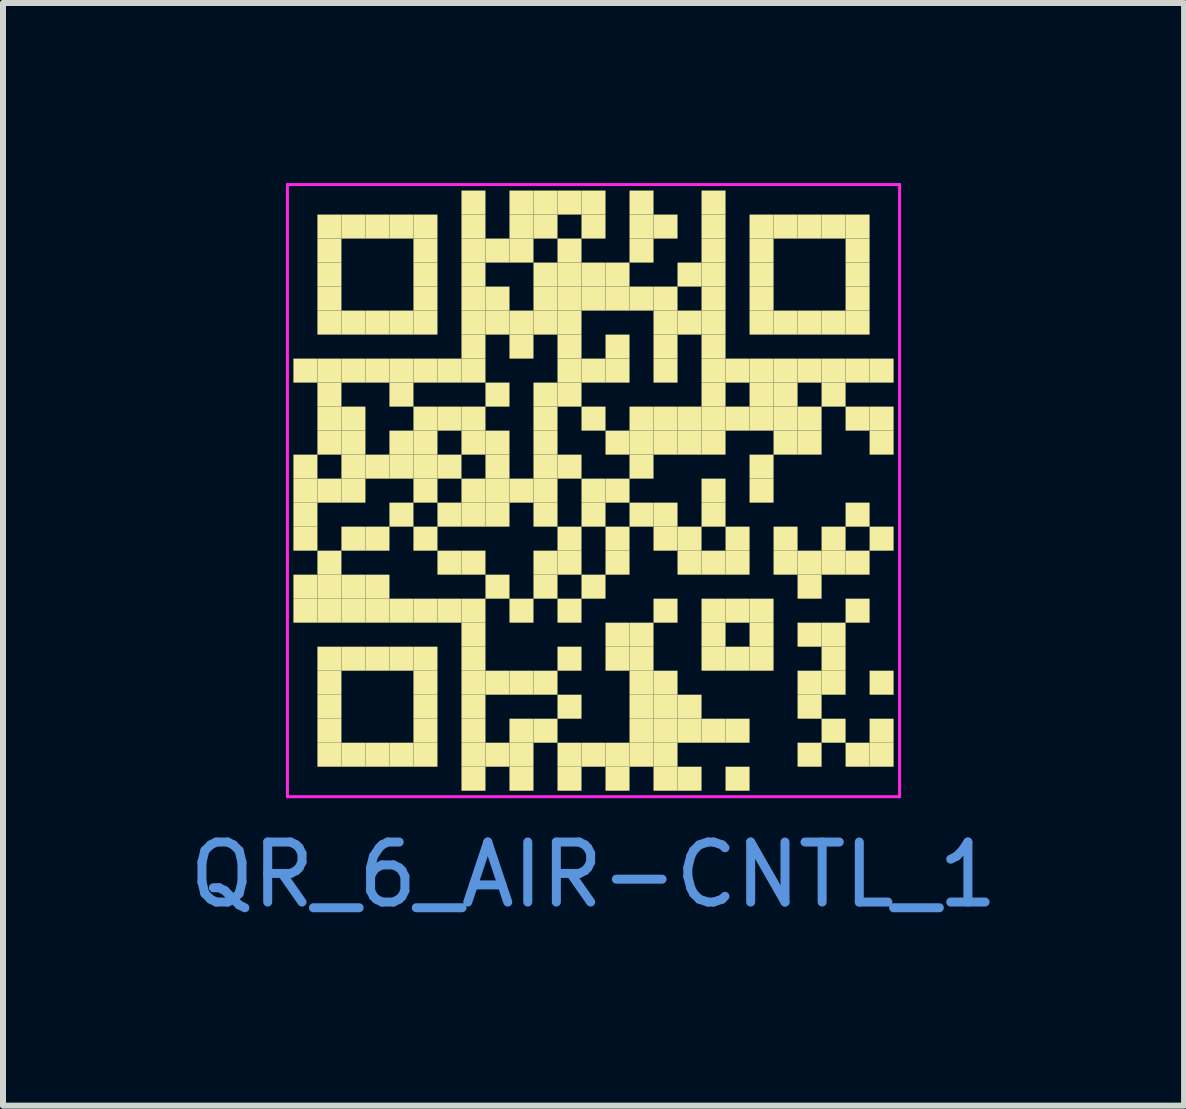
<source format=kicad_pcb>
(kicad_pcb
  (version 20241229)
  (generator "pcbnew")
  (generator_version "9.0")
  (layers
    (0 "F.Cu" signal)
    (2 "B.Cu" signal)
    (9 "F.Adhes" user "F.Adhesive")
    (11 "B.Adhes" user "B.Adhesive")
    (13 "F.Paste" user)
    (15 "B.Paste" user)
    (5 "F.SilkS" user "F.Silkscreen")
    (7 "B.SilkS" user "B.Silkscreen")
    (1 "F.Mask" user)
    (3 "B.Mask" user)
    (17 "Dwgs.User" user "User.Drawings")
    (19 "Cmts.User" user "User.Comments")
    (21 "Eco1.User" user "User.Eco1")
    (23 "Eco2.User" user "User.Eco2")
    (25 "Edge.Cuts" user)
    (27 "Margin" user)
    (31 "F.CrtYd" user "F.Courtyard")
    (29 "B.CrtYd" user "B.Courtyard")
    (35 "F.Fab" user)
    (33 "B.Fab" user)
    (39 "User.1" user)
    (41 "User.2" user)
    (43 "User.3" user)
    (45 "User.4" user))
  (footprint "QR_6_AIR-CNTL_1"
    (layer "F.Cu")
    (at 6.839 5.125)
    (property "Reference" "QR_6_AIR-CNTL_1" (at 0 6.4 0) (layer "Cmts.User") (effects (font (size 1 1) (thickness 0.15))))
    (fp_rect (start -5 -2.2) (end -4.6 -1.8) (stroke (width 0) (type solid)) (fill yes) (layer "F.SilkS"))
    (fp_rect (start -5 -0.6) (end -4.6 -0.2) (stroke (width 0) (type solid)) (fill yes) (layer "F.SilkS"))
    (fp_rect (start -5 -0.2) (end -4.6 0.2) (stroke (width 0) (type solid)) (fill yes) (layer "F.SilkS"))
    (fp_rect (start -5 0.2) (end -4.6 0.6) (stroke (width 0) (type solid)) (fill yes) (layer "F.SilkS"))
    (fp_rect (start -5 0.6) (end -4.6 1) (stroke (width 0) (type solid)) (fill yes) (layer "F.SilkS"))
    (fp_rect (start -5 1.4) (end -4.6 1.8) (stroke (width 0) (type solid)) (fill yes) (layer "F.SilkS"))
    (fp_rect (start -5 1.8) (end -4.6 2.2) (stroke (width 0) (type solid)) (fill yes) (layer "F.SilkS"))
    (fp_rect (start -4.6 -4.6) (end -4.2 -4.2) (stroke (width 0) (type solid)) (fill yes) (layer "F.SilkS"))
    (fp_rect (start -4.6 -4.2) (end -4.2 -3.8) (stroke (width 0) (type solid)) (fill yes) (layer "F.SilkS"))
    (fp_rect (start -4.6 -3.8) (end -4.2 -3.4) (stroke (width 0) (type solid)) (fill yes) (layer "F.SilkS"))
    (fp_rect (start -4.6 -3.4) (end -4.2 -3) (stroke (width 0) (type solid)) (fill yes) (layer "F.SilkS"))
    (fp_rect (start -4.6 -3) (end -4.2 -2.6) (stroke (width 0) (type solid)) (fill yes) (layer "F.SilkS"))
    (fp_rect (start -4.6 -2.2) (end -4.2 -1.8) (stroke (width 0) (type solid)) (fill yes) (layer "F.SilkS"))
    (fp_rect (start -4.6 -1.8) (end -4.2 -1.4) (stroke (width 0) (type solid)) (fill yes) (layer "F.SilkS"))
    (fp_rect (start -4.6 -1.4) (end -4.2 -1) (stroke (width 0) (type solid)) (fill yes) (layer "F.SilkS"))
    (fp_rect (start -4.6 -1) (end -4.2 -0.6) (stroke (width 0) (type solid)) (fill yes) (layer "F.SilkS"))
    (fp_rect (start -4.6 -0.2) (end -4.2 0.2) (stroke (width 0) (type solid)) (fill yes) (layer "F.SilkS"))
    (fp_rect (start -4.6 1) (end -4.2 1.4) (stroke (width 0) (type solid)) (fill yes) (layer "F.SilkS"))
    (fp_rect (start -4.6 1.4) (end -4.2 1.8) (stroke (width 0) (type solid)) (fill yes) (layer "F.SilkS"))
    (fp_rect (start -4.6 1.8) (end -4.2 2.2) (stroke (width 0) (type solid)) (fill yes) (layer "F.SilkS"))
    (fp_rect (start -4.6 2.6) (end -4.2 3) (stroke (width 0) (type solid)) (fill yes) (layer "F.SilkS"))
    (fp_rect (start -4.6 3) (end -4.2 3.4) (stroke (width 0) (type solid)) (fill yes) (layer "F.SilkS"))
    (fp_rect (start -4.6 3.4) (end -4.2 3.8) (stroke (width 0) (type solid)) (fill yes) (layer "F.SilkS"))
    (fp_rect (start -4.6 3.8) (end -4.2 4.2) (stroke (width 0) (type solid)) (fill yes) (layer "F.SilkS"))
    (fp_rect (start -4.6 4.2) (end -4.2 4.6) (stroke (width 0) (type solid)) (fill yes) (layer "F.SilkS"))
    (fp_rect (start -4.2 -4.6) (end -3.8 -4.2) (stroke (width 0) (type solid)) (fill yes) (layer "F.SilkS"))
    (fp_rect (start -4.2 -3) (end -3.8 -2.6) (stroke (width 0) (type solid)) (fill yes) (layer "F.SilkS"))
    (fp_rect (start -4.2 -2.2) (end -3.8 -1.8) (stroke (width 0) (type solid)) (fill yes) (layer "F.SilkS"))
    (fp_rect (start -4.2 -1.4) (end -3.8 -1) (stroke (width 0) (type solid)) (fill yes) (layer "F.SilkS"))
    (fp_rect (start -4.2 -1) (end -3.8 -0.6) (stroke (width 0) (type solid)) (fill yes) (layer "F.SilkS"))
    (fp_rect (start -4.2 -0.6) (end -3.8 -0.2) (stroke (width 0) (type solid)) (fill yes) (layer "F.SilkS"))
    (fp_rect (start -4.2 -0.2) (end -3.8 0.2) (stroke (width 0) (type solid)) (fill yes) (layer "F.SilkS"))
    (fp_rect (start -4.2 0.6) (end -3.8 1) (stroke (width 0) (type solid)) (fill yes) (layer "F.SilkS"))
    (fp_rect (start -4.2 1.4) (end -3.8 1.8) (stroke (width 0) (type solid)) (fill yes) (layer "F.SilkS"))
    (fp_rect (start -4.2 1.8) (end -3.8 2.2) (stroke (width 0) (type solid)) (fill yes) (layer "F.SilkS"))
    (fp_rect (start -4.2 2.6) (end -3.8 3) (stroke (width 0) (type solid)) (fill yes) (layer "F.SilkS"))
    (fp_rect (start -4.2 4.2) (end -3.8 4.6) (stroke (width 0) (type solid)) (fill yes) (layer "F.SilkS"))
    (fp_rect (start -3.8 -4.6) (end -3.4 -4.2) (stroke (width 0) (type solid)) (fill yes) (layer "F.SilkS"))
    (fp_rect (start -3.8 -3) (end -3.4 -2.6) (stroke (width 0) (type solid)) (fill yes) (layer "F.SilkS"))
    (fp_rect (start -3.8 -2.2) (end -3.4 -1.8) (stroke (width 0) (type solid)) (fill yes) (layer "F.SilkS"))
    (fp_rect (start -3.8 -0.6) (end -3.4 -0.2) (stroke (width 0) (type solid)) (fill yes) (layer "F.SilkS"))
    (fp_rect (start -3.8 0.6) (end -3.4 1) (stroke (width 0) (type solid)) (fill yes) (layer "F.SilkS"))
    (fp_rect (start -3.8 1.4) (end -3.4 1.8) (stroke (width 0) (type solid)) (fill yes) (layer "F.SilkS"))
    (fp_rect (start -3.8 1.8) (end -3.4 2.2) (stroke (width 0) (type solid)) (fill yes) (layer "F.SilkS"))
    (fp_rect (start -3.8 2.6) (end -3.4 3) (stroke (width 0) (type solid)) (fill yes) (layer "F.SilkS"))
    (fp_rect (start -3.8 4.2) (end -3.4 4.6) (stroke (width 0) (type solid)) (fill yes) (layer "F.SilkS"))
    (fp_rect (start -3.4 -4.6) (end -3 -4.2) (stroke (width 0) (type solid)) (fill yes) (layer "F.SilkS"))
    (fp_rect (start -3.4 -3) (end -3 -2.6) (stroke (width 0) (type solid)) (fill yes) (layer "F.SilkS"))
    (fp_rect (start -3.4 -2.2) (end -3 -1.8) (stroke (width 0) (type solid)) (fill yes) (layer "F.SilkS"))
    (fp_rect (start -3.4 -1.8) (end -3 -1.4) (stroke (width 0) (type solid)) (fill yes) (layer "F.SilkS"))
    (fp_rect (start -3.4 -1) (end -3 -0.6) (stroke (width 0) (type solid)) (fill yes) (layer "F.SilkS"))
    (fp_rect (start -3.4 -0.6) (end -3 -0.2) (stroke (width 0) (type solid)) (fill yes) (layer "F.SilkS"))
    (fp_rect (start -3.4 0.2) (end -3 0.6) (stroke (width 0) (type solid)) (fill yes) (layer "F.SilkS"))
    (fp_rect (start -3.4 1.8) (end -3 2.2) (stroke (width 0) (type solid)) (fill yes) (layer "F.SilkS"))
    (fp_rect (start -3.4 2.6) (end -3 3) (stroke (width 0) (type solid)) (fill yes) (layer "F.SilkS"))
    (fp_rect (start -3.4 4.2) (end -3 4.6) (stroke (width 0) (type solid)) (fill yes) (layer "F.SilkS"))
    (fp_rect (start -3 -4.6) (end -2.6 -4.2) (stroke (width 0) (type solid)) (fill yes) (layer "F.SilkS"))
    (fp_rect (start -3 -4.2) (end -2.6 -3.8) (stroke (width 0) (type solid)) (fill yes) (layer "F.SilkS"))
    (fp_rect (start -3 -3.8) (end -2.6 -3.4) (stroke (width 0) (type solid)) (fill yes) (layer "F.SilkS"))
    (fp_rect (start -3 -3.4) (end -2.6 -3) (stroke (width 0) (type solid)) (fill yes) (layer "F.SilkS"))
    (fp_rect (start -3 -3) (end -2.6 -2.6) (stroke (width 0) (type solid)) (fill yes) (layer "F.SilkS"))
    (fp_rect (start -3 -2.2) (end -2.6 -1.8) (stroke (width 0) (type solid)) (fill yes) (layer "F.SilkS"))
    (fp_rect (start -3 -1.4) (end -2.6 -1) (stroke (width 0) (type solid)) (fill yes) (layer "F.SilkS"))
    (fp_rect (start -3 -1) (end -2.6 -0.6) (stroke (width 0) (type solid)) (fill yes) (layer "F.SilkS"))
    (fp_rect (start -3 -0.6) (end -2.6 -0.2) (stroke (width 0) (type solid)) (fill yes) (layer "F.SilkS"))
    (fp_rect (start -3 -0.2) (end -2.6 0.2) (stroke (width 0) (type solid)) (fill yes) (layer "F.SilkS"))
    (fp_rect (start -3 0.6) (end -2.6 1) (stroke (width 0) (type solid)) (fill yes) (layer "F.SilkS"))
    (fp_rect (start -3 1.8) (end -2.6 2.2) (stroke (width 0) (type solid)) (fill yes) (layer "F.SilkS"))
    (fp_rect (start -3 2.6) (end -2.6 3) (stroke (width 0) (type solid)) (fill yes) (layer "F.SilkS"))
    (fp_rect (start -3 3) (end -2.6 3.4) (stroke (width 0) (type solid)) (fill yes) (layer "F.SilkS"))
    (fp_rect (start -3 3.4) (end -2.6 3.8) (stroke (width 0) (type solid)) (fill yes) (layer "F.SilkS"))
    (fp_rect (start -3 3.8) (end -2.6 4.2) (stroke (width 0) (type solid)) (fill yes) (layer "F.SilkS"))
    (fp_rect (start -3 4.2) (end -2.6 4.6) (stroke (width 0) (type solid)) (fill yes) (layer "F.SilkS"))
    (fp_rect (start -2.6 -2.2) (end -2.2 -1.8) (stroke (width 0) (type solid)) (fill yes) (layer "F.SilkS"))
    (fp_rect (start -2.6 -1.4) (end -2.2 -1) (stroke (width 0) (type solid)) (fill yes) (layer "F.SilkS"))
    (fp_rect (start -2.6 -0.6) (end -2.2 -0.2) (stroke (width 0) (type solid)) (fill yes) (layer "F.SilkS"))
    (fp_rect (start -2.6 0.2) (end -2.2 0.6) (stroke (width 0) (type solid)) (fill yes) (layer "F.SilkS"))
    (fp_rect (start -2.6 1) (end -2.2 1.4) (stroke (width 0) (type solid)) (fill yes) (layer "F.SilkS"))
    (fp_rect (start -2.6 1.8) (end -2.2 2.2) (stroke (width 0) (type solid)) (fill yes) (layer "F.SilkS"))
    (fp_rect (start -2.2 -5) (end -1.8 -4.6) (stroke (width 0) (type solid)) (fill yes) (layer "F.SilkS"))
    (fp_rect (start -2.2 -4.6) (end -1.8 -4.2) (stroke (width 0) (type solid)) (fill yes) (layer "F.SilkS"))
    (fp_rect (start -2.2 -4.2) (end -1.8 -3.8) (stroke (width 0) (type solid)) (fill yes) (layer "F.SilkS"))
    (fp_rect (start -2.2 -3.8) (end -1.8 -3.4) (stroke (width 0) (type solid)) (fill yes) (layer "F.SilkS"))
    (fp_rect (start -2.2 -3.4) (end -1.8 -3) (stroke (width 0) (type solid)) (fill yes) (layer "F.SilkS"))
    (fp_rect (start -2.2 -3) (end -1.8 -2.6) (stroke (width 0) (type solid)) (fill yes) (layer "F.SilkS"))
    (fp_rect (start -2.2 -2.6) (end -1.8 -2.2) (stroke (width 0) (type solid)) (fill yes) (layer "F.SilkS"))
    (fp_rect (start -2.2 -2.2) (end -1.8 -1.8) (stroke (width 0) (type solid)) (fill yes) (layer "F.SilkS"))
    (fp_rect (start -2.2 -1.4) (end -1.8 -1) (stroke (width 0) (type solid)) (fill yes) (layer "F.SilkS"))
    (fp_rect (start -2.2 -1) (end -1.8 -0.6) (stroke (width 0) (type solid)) (fill yes) (layer "F.SilkS"))
    (fp_rect (start -2.2 -0.2) (end -1.8 0.2) (stroke (width 0) (type solid)) (fill yes) (layer "F.SilkS"))
    (fp_rect (start -2.2 0.2) (end -1.8 0.6) (stroke (width 0) (type solid)) (fill yes) (layer "F.SilkS"))
    (fp_rect (start -2.2 1) (end -1.8 1.4) (stroke (width 0) (type solid)) (fill yes) (layer "F.SilkS"))
    (fp_rect (start -2.2 1.8) (end -1.8 2.2) (stroke (width 0) (type solid)) (fill yes) (layer "F.SilkS"))
    (fp_rect (start -2.2 2.2) (end -1.8 2.6) (stroke (width 0) (type solid)) (fill yes) (layer "F.SilkS"))
    (fp_rect (start -2.2 2.6) (end -1.8 3) (stroke (width 0) (type solid)) (fill yes) (layer "F.SilkS"))
    (fp_rect (start -2.2 3) (end -1.8 3.4) (stroke (width 0) (type solid)) (fill yes) (layer "F.SilkS"))
    (fp_rect (start -2.2 3.4) (end -1.8 3.8) (stroke (width 0) (type solid)) (fill yes) (layer "F.SilkS"))
    (fp_rect (start -2.2 3.8) (end -1.8 4.2) (stroke (width 0) (type solid)) (fill yes) (layer "F.SilkS"))
    (fp_rect (start -2.2 4.2) (end -1.8 4.6) (stroke (width 0) (type solid)) (fill yes) (layer "F.SilkS"))
    (fp_rect (start -2.2 4.6) (end -1.8 5) (stroke (width 0) (type solid)) (fill yes) (layer "F.SilkS"))
    (fp_rect (start -1.8 -4.2) (end -1.4 -3.8) (stroke (width 0) (type solid)) (fill yes) (layer "F.SilkS"))
    (fp_rect (start -1.8 -3.4) (end -1.4 -3) (stroke (width 0) (type solid)) (fill yes) (layer "F.SilkS"))
    (fp_rect (start -1.8 -3) (end -1.4 -2.6) (stroke (width 0) (type solid)) (fill yes) (layer "F.SilkS"))
    (fp_rect (start -1.8 -1.8) (end -1.4 -1.4) (stroke (width 0) (type solid)) (fill yes) (layer "F.SilkS"))
    (fp_rect (start -1.8 -1) (end -1.4 -0.6) (stroke (width 0) (type solid)) (fill yes) (layer "F.SilkS"))
    (fp_rect (start -1.8 -0.6) (end -1.4 -0.2) (stroke (width 0) (type solid)) (fill yes) (layer "F.SilkS"))
    (fp_rect (start -1.8 -0.2) (end -1.4 0.2) (stroke (width 0) (type solid)) (fill yes) (layer "F.SilkS"))
    (fp_rect (start -1.8 0.2) (end -1.4 0.6) (stroke (width 0) (type solid)) (fill yes) (layer "F.SilkS"))
    (fp_rect (start -1.8 1.4) (end -1.4 1.8) (stroke (width 0) (type solid)) (fill yes) (layer "F.SilkS"))
    (fp_rect (start -1.8 3) (end -1.4 3.4) (stroke (width 0) (type solid)) (fill yes) (layer "F.SilkS"))
    (fp_rect (start -1.8 4.2) (end -1.4 4.6) (stroke (width 0) (type solid)) (fill yes) (layer "F.SilkS"))
    (fp_rect (start -1.4 -5) (end -1 -4.6) (stroke (width 0) (type solid)) (fill yes) (layer "F.SilkS"))
    (fp_rect (start -1.4 -4.6) (end -1 -4.2) (stroke (width 0) (type solid)) (fill yes) (layer "F.SilkS"))
    (fp_rect (start -1.4 -4.2) (end -1 -3.8) (stroke (width 0) (type solid)) (fill yes) (layer "F.SilkS"))
    (fp_rect (start -1.4 -3) (end -1 -2.6) (stroke (width 0) (type solid)) (fill yes) (layer "F.SilkS"))
    (fp_rect (start -1.4 -2.6) (end -1 -2.2) (stroke (width 0) (type solid)) (fill yes) (layer "F.SilkS"))
    (fp_rect (start -1.4 -0.2) (end -1 0.2) (stroke (width 0) (type solid)) (fill yes) (layer "F.SilkS"))
    (fp_rect (start -1.4 1.8) (end -1 2.2) (stroke (width 0) (type solid)) (fill yes) (layer "F.SilkS"))
    (fp_rect (start -1.4 3) (end -1 3.4) (stroke (width 0) (type solid)) (fill yes) (layer "F.SilkS"))
    (fp_rect (start -1.4 3.8) (end -1 4.2) (stroke (width 0) (type solid)) (fill yes) (layer "F.SilkS"))
    (fp_rect (start -1.4 4.2) (end -1 4.6) (stroke (width 0) (type solid)) (fill yes) (layer "F.SilkS"))
    (fp_rect (start -1.4 4.6) (end -1 5) (stroke (width 0) (type solid)) (fill yes) (layer "F.SilkS"))
    (fp_rect (start -1 -5) (end -0.6 -4.6) (stroke (width 0) (type solid)) (fill yes) (layer "F.SilkS"))
    (fp_rect (start -1 -4.6) (end -0.6 -4.2) (stroke (width 0) (type solid)) (fill yes) (layer "F.SilkS"))
    (fp_rect (start -1 -3.8) (end -0.6 -3.4) (stroke (width 0) (type solid)) (fill yes) (layer "F.SilkS"))
    (fp_rect (start -1 -3.4) (end -0.6 -3) (stroke (width 0) (type solid)) (fill yes) (layer "F.SilkS"))
    (fp_rect (start -1 -3) (end -0.6 -2.6) (stroke (width 0) (type solid)) (fill yes) (layer "F.SilkS"))
    (fp_rect (start -1 -1.8) (end -0.6 -1.4) (stroke (width 0) (type solid)) (fill yes) (layer "F.SilkS"))
    (fp_rect (start -1 -1.4) (end -0.6 -1) (stroke (width 0) (type solid)) (fill yes) (layer "F.SilkS"))
    (fp_rect (start -1 -1) (end -0.6 -0.6) (stroke (width 0) (type solid)) (fill yes) (layer "F.SilkS"))
    (fp_rect (start -1 -0.6) (end -0.6 -0.2) (stroke (width 0) (type solid)) (fill yes) (layer "F.SilkS"))
    (fp_rect (start -1 -0.2) (end -0.6 0.2) (stroke (width 0) (type solid)) (fill yes) (layer "F.SilkS"))
    (fp_rect (start -1 0.2) (end -0.6 0.6) (stroke (width 0) (type solid)) (fill yes) (layer "F.SilkS"))
    (fp_rect (start -1 1) (end -0.6 1.4) (stroke (width 0) (type solid)) (fill yes) (layer "F.SilkS"))
    (fp_rect (start -1 1.4) (end -0.6 1.8) (stroke (width 0) (type solid)) (fill yes) (layer "F.SilkS"))
    (fp_rect (start -1 3) (end -0.6 3.4) (stroke (width 0) (type solid)) (fill yes) (layer "F.SilkS"))
    (fp_rect (start -1 3.8) (end -0.6 4.2) (stroke (width 0) (type solid)) (fill yes) (layer "F.SilkS"))
    (fp_rect (start -0.6 -5) (end -0.2 -4.6) (stroke (width 0) (type solid)) (fill yes) (layer "F.SilkS"))
    (fp_rect (start -0.6 -4.2) (end -0.2 -3.8) (stroke (width 0) (type solid)) (fill yes) (layer "F.SilkS"))
    (fp_rect (start -0.6 -3.8) (end -0.2 -3.4) (stroke (width 0) (type solid)) (fill yes) (layer "F.SilkS"))
    (fp_rect (start -0.6 -3.4) (end -0.2 -3) (stroke (width 0) (type solid)) (fill yes) (layer "F.SilkS"))
    (fp_rect (start -0.6 -3) (end -0.2 -2.6) (stroke (width 0) (type solid)) (fill yes) (layer "F.SilkS"))
    (fp_rect (start -0.6 -2.6) (end -0.2 -2.2) (stroke (width 0) (type solid)) (fill yes) (layer "F.SilkS"))
    (fp_rect (start -0.6 -2.2) (end -0.2 -1.8) (stroke (width 0) (type solid)) (fill yes) (layer "F.SilkS"))
    (fp_rect (start -0.6 -1.8) (end -0.2 -1.4) (stroke (width 0) (type solid)) (fill yes) (layer "F.SilkS"))
    (fp_rect (start -0.6 -0.6) (end -0.2 -0.2) (stroke (width 0) (type solid)) (fill yes) (layer "F.SilkS"))
    (fp_rect (start -0.6 0.6) (end -0.2 1) (stroke (width 0) (type solid)) (fill yes) (layer "F.SilkS"))
    (fp_rect (start -0.6 1) (end -0.2 1.4) (stroke (width 0) (type solid)) (fill yes) (layer "F.SilkS"))
    (fp_rect (start -0.6 1.8) (end -0.2 2.2) (stroke (width 0) (type solid)) (fill yes) (layer "F.SilkS"))
    (fp_rect (start -0.6 2.6) (end -0.2 3) (stroke (width 0) (type solid)) (fill yes) (layer "F.SilkS"))
    (fp_rect (start -0.6 3.4) (end -0.2 3.8) (stroke (width 0) (type solid)) (fill yes) (layer "F.SilkS"))
    (fp_rect (start -0.6 4.2) (end -0.2 4.6) (stroke (width 0) (type solid)) (fill yes) (layer "F.SilkS"))
    (fp_rect (start -0.6 4.6) (end -0.2 5) (stroke (width 0) (type solid)) (fill yes) (layer "F.SilkS"))
    (fp_rect (start -0.2 -5) (end 0.2 -4.6) (stroke (width 0) (type solid)) (fill yes) (layer "F.SilkS"))
    (fp_rect (start -0.2 -4.6) (end 0.2 -4.2) (stroke (width 0) (type solid)) (fill yes) (layer "F.SilkS"))
    (fp_rect (start -0.2 -3.8) (end 0.2 -3.4) (stroke (width 0) (type solid)) (fill yes) (layer "F.SilkS"))
    (fp_rect (start -0.2 -3.4) (end 0.2 -3) (stroke (width 0) (type solid)) (fill yes) (layer "F.SilkS"))
    (fp_rect (start -0.2 -2.2) (end 0.2 -1.8) (stroke (width 0) (type solid)) (fill yes) (layer "F.SilkS"))
    (fp_rect (start -0.2 -1.4) (end 0.2 -1) (stroke (width 0) (type solid)) (fill yes) (layer "F.SilkS"))
    (fp_rect (start -0.2 -0.2) (end 0.2 0.2) (stroke (width 0) (type solid)) (fill yes) (layer "F.SilkS"))
    (fp_rect (start -0.2 0.2) (end 0.2 0.6) (stroke (width 0) (type solid)) (fill yes) (layer "F.SilkS"))
    (fp_rect (start -0.2 1.4) (end 0.2 1.8) (stroke (width 0) (type solid)) (fill yes) (layer "F.SilkS"))
    (fp_rect (start -0.2 4.2) (end 0.2 4.6) (stroke (width 0) (type solid)) (fill yes) (layer "F.SilkS"))
    (fp_rect (start 0.2 -3.8) (end 0.6 -3.4) (stroke (width 0) (type solid)) (fill yes) (layer "F.SilkS"))
    (fp_rect (start 0.2 -3.4) (end 0.6 -3) (stroke (width 0) (type solid)) (fill yes) (layer "F.SilkS"))
    (fp_rect (start 0.2 -2.6) (end 0.6 -2.2) (stroke (width 0) (type solid)) (fill yes) (layer "F.SilkS"))
    (fp_rect (start 0.2 -2.2) (end 0.6 -1.8) (stroke (width 0) (type solid)) (fill yes) (layer "F.SilkS"))
    (fp_rect (start 0.2 -1) (end 0.6 -0.6) (stroke (width 0) (type solid)) (fill yes) (layer "F.SilkS"))
    (fp_rect (start 0.2 -0.2) (end 0.6 0.2) (stroke (width 0) (type solid)) (fill yes) (layer "F.SilkS"))
    (fp_rect (start 0.2 0.6) (end 0.6 1) (stroke (width 0) (type solid)) (fill yes) (layer "F.SilkS"))
    (fp_rect (start 0.2 1) (end 0.6 1.4) (stroke (width 0) (type solid)) (fill yes) (layer "F.SilkS"))
    (fp_rect (start 0.2 2.2) (end 0.6 2.6) (stroke (width 0) (type solid)) (fill yes) (layer "F.SilkS"))
    (fp_rect (start 0.2 2.6) (end 0.6 3) (stroke (width 0) (type solid)) (fill yes) (layer "F.SilkS"))
    (fp_rect (start 0.2 4.2) (end 0.6 4.6) (stroke (width 0) (type solid)) (fill yes) (layer "F.SilkS"))
    (fp_rect (start 0.2 4.6) (end 0.6 5) (stroke (width 0) (type solid)) (fill yes) (layer "F.SilkS"))
    (fp_rect (start 0.6 -5) (end 1 -4.6) (stroke (width 0) (type solid)) (fill yes) (layer "F.SilkS"))
    (fp_rect (start 0.6 -4.6) (end 1 -4.2) (stroke (width 0) (type solid)) (fill yes) (layer "F.SilkS"))
    (fp_rect (start 0.6 -4.2) (end 1 -3.8) (stroke (width 0) (type solid)) (fill yes) (layer "F.SilkS"))
    (fp_rect (start 0.6 -3.4) (end 1 -3) (stroke (width 0) (type solid)) (fill yes) (layer "F.SilkS"))
    (fp_rect (start 0.6 -1.4) (end 1 -1) (stroke (width 0) (type solid)) (fill yes) (layer "F.SilkS"))
    (fp_rect (start 0.6 -1) (end 1 -0.6) (stroke (width 0) (type solid)) (fill yes) (layer "F.SilkS"))
    (fp_rect (start 0.6 -0.6) (end 1 -0.2) (stroke (width 0) (type solid)) (fill yes) (layer "F.SilkS"))
    (fp_rect (start 0.6 0.2) (end 1 0.6) (stroke (width 0) (type solid)) (fill yes) (layer "F.SilkS"))
    (fp_rect (start 0.6 2.2) (end 1 2.6) (stroke (width 0) (type solid)) (fill yes) (layer "F.SilkS"))
    (fp_rect (start 0.6 2.6) (end 1 3) (stroke (width 0) (type solid)) (fill yes) (layer "F.SilkS"))
    (fp_rect (start 0.6 3) (end 1 3.4) (stroke (width 0) (type solid)) (fill yes) (layer "F.SilkS"))
    (fp_rect (start 0.6 3.4) (end 1 3.8) (stroke (width 0) (type solid)) (fill yes) (layer "F.SilkS"))
    (fp_rect (start 0.6 3.8) (end 1 4.2) (stroke (width 0) (type solid)) (fill yes) (layer "F.SilkS"))
    (fp_rect (start 0.6 4.2) (end 1 4.6) (stroke (width 0) (type solid)) (fill yes) (layer "F.SilkS"))
    (fp_rect (start 1 -4.6) (end 1.4 -4.2) (stroke (width 0) (type solid)) (fill yes) (layer "F.SilkS"))
    (fp_rect (start 1 -3.4) (end 1.4 -3) (stroke (width 0) (type solid)) (fill yes) (layer "F.SilkS"))
    (fp_rect (start 1 -3) (end 1.4 -2.6) (stroke (width 0) (type solid)) (fill yes) (layer "F.SilkS"))
    (fp_rect (start 1 -2.6) (end 1.4 -2.2) (stroke (width 0) (type solid)) (fill yes) (layer "F.SilkS"))
    (fp_rect (start 1 -2.2) (end 1.4 -1.8) (stroke (width 0) (type solid)) (fill yes) (layer "F.SilkS"))
    (fp_rect (start 1 -1.4) (end 1.4 -1) (stroke (width 0) (type solid)) (fill yes) (layer "F.SilkS"))
    (fp_rect (start 1 -1) (end 1.4 -0.6) (stroke (width 0) (type solid)) (fill yes) (layer "F.SilkS"))
    (fp_rect (start 1 0.2) (end 1.4 0.6) (stroke (width 0) (type solid)) (fill yes) (layer "F.SilkS"))
    (fp_rect (start 1 0.6) (end 1.4 1) (stroke (width 0) (type solid)) (fill yes) (layer "F.SilkS"))
    (fp_rect (start 1 1.8) (end 1.4 2.2) (stroke (width 0) (type solid)) (fill yes) (layer "F.SilkS"))
    (fp_rect (start 1 3) (end 1.4 3.4) (stroke (width 0) (type solid)) (fill yes) (layer "F.SilkS"))
    (fp_rect (start 1 3.4) (end 1.4 3.8) (stroke (width 0) (type solid)) (fill yes) (layer "F.SilkS"))
    (fp_rect (start 1 3.8) (end 1.4 4.2) (stroke (width 0) (type solid)) (fill yes) (layer "F.SilkS"))
    (fp_rect (start 1 4.2) (end 1.4 4.6) (stroke (width 0) (type solid)) (fill yes) (layer "F.SilkS"))
    (fp_rect (start 1 4.6) (end 1.4 5) (stroke (width 0) (type solid)) (fill yes) (layer "F.SilkS"))
    (fp_rect (start 1.4 -3.8) (end 1.8 -3.4) (stroke (width 0) (type solid)) (fill yes) (layer "F.SilkS"))
    (fp_rect (start 1.4 -3) (end 1.8 -2.6) (stroke (width 0) (type solid)) (fill yes) (layer "F.SilkS"))
    (fp_rect (start 1.4 -1.4) (end 1.8 -1) (stroke (width 0) (type solid)) (fill yes) (layer "F.SilkS"))
    (fp_rect (start 1.4 -1) (end 1.8 -0.6) (stroke (width 0) (type solid)) (fill yes) (layer "F.SilkS"))
    (fp_rect (start 1.4 0.6) (end 1.8 1) (stroke (width 0) (type solid)) (fill yes) (layer "F.SilkS"))
    (fp_rect (start 1.4 1) (end 1.8 1.4) (stroke (width 0) (type solid)) (fill yes) (layer "F.SilkS"))
    (fp_rect (start 1.4 3.4) (end 1.8 3.8) (stroke (width 0) (type solid)) (fill yes) (layer "F.SilkS"))
    (fp_rect (start 1.4 3.8) (end 1.8 4.2) (stroke (width 0) (type solid)) (fill yes) (layer "F.SilkS"))
    (fp_rect (start 1.4 4.6) (end 1.8 5) (stroke (width 0) (type solid)) (fill yes) (layer "F.SilkS"))
    (fp_rect (start 1.8 -5) (end 2.2 -4.6) (stroke (width 0) (type solid)) (fill yes) (layer "F.SilkS"))
    (fp_rect (start 1.8 -4.6) (end 2.2 -4.2) (stroke (width 0) (type solid)) (fill yes) (layer "F.SilkS"))
    (fp_rect (start 1.8 -4.2) (end 2.2 -3.8) (stroke (width 0) (type solid)) (fill yes) (layer "F.SilkS"))
    (fp_rect (start 1.8 -3.8) (end 2.2 -3.4) (stroke (width 0) (type solid)) (fill yes) (layer "F.SilkS"))
    (fp_rect (start 1.8 -3.4) (end 2.2 -3) (stroke (width 0) (type solid)) (fill yes) (layer "F.SilkS"))
    (fp_rect (start 1.8 -3) (end 2.2 -2.6) (stroke (width 0) (type solid)) (fill yes) (layer "F.SilkS"))
    (fp_rect (start 1.8 -2.6) (end 2.2 -2.2) (stroke (width 0) (type solid)) (fill yes) (layer "F.SilkS"))
    (fp_rect (start 1.8 -2.2) (end 2.2 -1.8) (stroke (width 0) (type solid)) (fill yes) (layer "F.SilkS"))
    (fp_rect (start 1.8 -1.8) (end 2.2 -1.4) (stroke (width 0) (type solid)) (fill yes) (layer "F.SilkS"))
    (fp_rect (start 1.8 -1.4) (end 2.2 -1) (stroke (width 0) (type solid)) (fill yes) (layer "F.SilkS"))
    (fp_rect (start 1.8 -1) (end 2.2 -0.6) (stroke (width 0) (type solid)) (fill yes) (layer "F.SilkS"))
    (fp_rect (start 1.8 -0.2) (end 2.2 0.2) (stroke (width 0) (type solid)) (fill yes) (layer "F.SilkS"))
    (fp_rect (start 1.8 0.2) (end 2.2 0.6) (stroke (width 0) (type solid)) (fill yes) (layer "F.SilkS"))
    (fp_rect (start 1.8 1) (end 2.2 1.4) (stroke (width 0) (type solid)) (fill yes) (layer "F.SilkS"))
    (fp_rect (start 1.8 1.8) (end 2.2 2.2) (stroke (width 0) (type solid)) (fill yes) (layer "F.SilkS"))
    (fp_rect (start 1.8 2.2) (end 2.2 2.6) (stroke (width 0) (type solid)) (fill yes) (layer "F.SilkS"))
    (fp_rect (start 1.8 2.6) (end 2.2 3) (stroke (width 0) (type solid)) (fill yes) (layer "F.SilkS"))
    (fp_rect (start 1.8 3.8) (end 2.2 4.2) (stroke (width 0) (type solid)) (fill yes) (layer "F.SilkS"))
    (fp_rect (start 2.2 -2.2) (end 2.6 -1.8) (stroke (width 0) (type solid)) (fill yes) (layer "F.SilkS"))
    (fp_rect (start 2.2 -1.4) (end 2.6 -1) (stroke (width 0) (type solid)) (fill yes) (layer "F.SilkS"))
    (fp_rect (start 2.2 0.6) (end 2.6 1) (stroke (width 0) (type solid)) (fill yes) (layer "F.SilkS"))
    (fp_rect (start 2.2 1) (end 2.6 1.4) (stroke (width 0) (type solid)) (fill yes) (layer "F.SilkS"))
    (fp_rect (start 2.2 1.8) (end 2.6 2.2) (stroke (width 0) (type solid)) (fill yes) (layer "F.SilkS"))
    (fp_rect (start 2.2 2.6) (end 2.6 3) (stroke (width 0) (type solid)) (fill yes) (layer "F.SilkS"))
    (fp_rect (start 2.2 3.8) (end 2.6 4.2) (stroke (width 0) (type solid)) (fill yes) (layer "F.SilkS"))
    (fp_rect (start 2.2 4.6) (end 2.6 5) (stroke (width 0) (type solid)) (fill yes) (layer "F.SilkS"))
    (fp_rect (start 2.6 -4.6) (end 3 -4.2) (stroke (width 0) (type solid)) (fill yes) (layer "F.SilkS"))
    (fp_rect (start 2.6 -4.2) (end 3 -3.8) (stroke (width 0) (type solid)) (fill yes) (layer "F.SilkS"))
    (fp_rect (start 2.6 -3.8) (end 3 -3.4) (stroke (width 0) (type solid)) (fill yes) (layer "F.SilkS"))
    (fp_rect (start 2.6 -3.4) (end 3 -3) (stroke (width 0) (type solid)) (fill yes) (layer "F.SilkS"))
    (fp_rect (start 2.6 -3) (end 3 -2.6) (stroke (width 0) (type solid)) (fill yes) (layer "F.SilkS"))
    (fp_rect (start 2.6 -2.2) (end 3 -1.8) (stroke (width 0) (type solid)) (fill yes) (layer "F.SilkS"))
    (fp_rect (start 2.6 -1.8) (end 3 -1.4) (stroke (width 0) (type solid)) (fill yes) (layer "F.SilkS"))
    (fp_rect (start 2.6 -1.4) (end 3 -1) (stroke (width 0) (type solid)) (fill yes) (layer "F.SilkS"))
    (fp_rect (start 2.6 -0.6) (end 3 -0.2) (stroke (width 0) (type solid)) (fill yes) (layer "F.SilkS"))
    (fp_rect (start 2.6 -0.2) (end 3 0.2) (stroke (width 0) (type solid)) (fill yes) (layer "F.SilkS"))
    (fp_rect (start 2.6 1.8) (end 3 2.2) (stroke (width 0) (type solid)) (fill yes) (layer "F.SilkS"))
    (fp_rect (start 2.6 2.2) (end 3 2.6) (stroke (width 0) (type solid)) (fill yes) (layer "F.SilkS"))
    (fp_rect (start 2.6 2.6) (end 3 3) (stroke (width 0) (type solid)) (fill yes) (layer "F.SilkS"))
    (fp_rect (start 3 -4.6) (end 3.4 -4.2) (stroke (width 0) (type solid)) (fill yes) (layer "F.SilkS"))
    (fp_rect (start 3 -3) (end 3.4 -2.6) (stroke (width 0) (type solid)) (fill yes) (layer "F.SilkS"))
    (fp_rect (start 3 -2.2) (end 3.4 -1.8) (stroke (width 0) (type solid)) (fill yes) (layer "F.SilkS"))
    (fp_rect (start 3 -1.8) (end 3.4 -1.4) (stroke (width 0) (type solid)) (fill yes) (layer "F.SilkS"))
    (fp_rect (start 3 -1.4) (end 3.4 -1) (stroke (width 0) (type solid)) (fill yes) (layer "F.SilkS"))
    (fp_rect (start 3 -1) (end 3.4 -0.6) (stroke (width 0) (type solid)) (fill yes) (layer "F.SilkS"))
    (fp_rect (start 3 0.6) (end 3.4 1) (stroke (width 0) (type solid)) (fill yes) (layer "F.SilkS"))
    (fp_rect (start 3 1) (end 3.4 1.4) (stroke (width 0) (type solid)) (fill yes) (layer "F.SilkS"))
    (fp_rect (start 3.4 -4.6) (end 3.8 -4.2) (stroke (width 0) (type solid)) (fill yes) (layer "F.SilkS"))
    (fp_rect (start 3.4 -3) (end 3.8 -2.6) (stroke (width 0) (type solid)) (fill yes) (layer "F.SilkS"))
    (fp_rect (start 3.4 -2.2) (end 3.8 -1.8) (stroke (width 0) (type solid)) (fill yes) (layer "F.SilkS"))
    (fp_rect (start 3.4 -1.4) (end 3.8 -1) (stroke (width 0) (type solid)) (fill yes) (layer "F.SilkS"))
    (fp_rect (start 3.4 -1) (end 3.8 -0.6) (stroke (width 0) (type solid)) (fill yes) (layer "F.SilkS"))
    (fp_rect (start 3.4 1) (end 3.8 1.4) (stroke (width 0) (type solid)) (fill yes) (layer "F.SilkS"))
    (fp_rect (start 3.4 1.4) (end 3.8 1.8) (stroke (width 0) (type solid)) (fill yes) (layer "F.SilkS"))
    (fp_rect (start 3.4 2.2) (end 3.8 2.6) (stroke (width 0) (type solid)) (fill yes) (layer "F.SilkS"))
    (fp_rect (start 3.4 3) (end 3.8 3.4) (stroke (width 0) (type solid)) (fill yes) (layer "F.SilkS"))
    (fp_rect (start 3.4 3.4) (end 3.8 3.8) (stroke (width 0) (type solid)) (fill yes) (layer "F.SilkS"))
    (fp_rect (start 3.4 4.2) (end 3.8 4.6) (stroke (width 0) (type solid)) (fill yes) (layer "F.SilkS"))
    (fp_rect (start 3.8 -4.6) (end 4.2 -4.2) (stroke (width 0) (type solid)) (fill yes) (layer "F.SilkS"))
    (fp_rect (start 3.8 -3) (end 4.2 -2.6) (stroke (width 0) (type solid)) (fill yes) (layer "F.SilkS"))
    (fp_rect (start 3.8 -2.2) (end 4.2 -1.8) (stroke (width 0) (type solid)) (fill yes) (layer "F.SilkS"))
    (fp_rect (start 3.8 -1.8) (end 4.2 -1.4) (stroke (width 0) (type solid)) (fill yes) (layer "F.SilkS"))
    (fp_rect (start 3.8 0.6) (end 4.2 1) (stroke (width 0) (type solid)) (fill yes) (layer "F.SilkS"))
    (fp_rect (start 3.8 1) (end 4.2 1.4) (stroke (width 0) (type solid)) (fill yes) (layer "F.SilkS"))
    (fp_rect (start 3.8 2.2) (end 4.2 2.6) (stroke (width 0) (type solid)) (fill yes) (layer "F.SilkS"))
    (fp_rect (start 3.8 2.6) (end 4.2 3) (stroke (width 0) (type solid)) (fill yes) (layer "F.SilkS"))
    (fp_rect (start 3.8 3) (end 4.2 3.4) (stroke (width 0) (type solid)) (fill yes) (layer "F.SilkS"))
    (fp_rect (start 3.8 3.8) (end 4.2 4.2) (stroke (width 0) (type solid)) (fill yes) (layer "F.SilkS"))
    (fp_rect (start 4.2 -4.6) (end 4.6 -4.2) (stroke (width 0) (type solid)) (fill yes) (layer "F.SilkS"))
    (fp_rect (start 4.2 -4.2) (end 4.6 -3.8) (stroke (width 0) (type solid)) (fill yes) (layer "F.SilkS"))
    (fp_rect (start 4.2 -3.8) (end 4.6 -3.4) (stroke (width 0) (type solid)) (fill yes) (layer "F.SilkS"))
    (fp_rect (start 4.2 -3.4) (end 4.6 -3) (stroke (width 0) (type solid)) (fill yes) (layer "F.SilkS"))
    (fp_rect (start 4.2 -3) (end 4.6 -2.6) (stroke (width 0) (type solid)) (fill yes) (layer "F.SilkS"))
    (fp_rect (start 4.2 -2.2) (end 4.6 -1.8) (stroke (width 0) (type solid)) (fill yes) (layer "F.SilkS"))
    (fp_rect (start 4.2 -1.4) (end 4.6 -1) (stroke (width 0) (type solid)) (fill yes) (layer "F.SilkS"))
    (fp_rect (start 4.2 0.2) (end 4.6 0.6) (stroke (width 0) (type solid)) (fill yes) (layer "F.SilkS"))
    (fp_rect (start 4.2 1) (end 4.6 1.4) (stroke (width 0) (type solid)) (fill yes) (layer "F.SilkS"))
    (fp_rect (start 4.2 1.8) (end 4.6 2.2) (stroke (width 0) (type solid)) (fill yes) (layer "F.SilkS"))
    (fp_rect (start 4.2 4.2) (end 4.6 4.6) (stroke (width 0) (type solid)) (fill yes) (layer "F.SilkS"))
    (fp_rect (start 4.6 -2.2) (end 5 -1.8) (stroke (width 0) (type solid)) (fill yes) (layer "F.SilkS"))
    (fp_rect (start 4.6 -1.4) (end 5 -1) (stroke (width 0) (type solid)) (fill yes) (layer "F.SilkS"))
    (fp_rect (start 4.6 -1) (end 5 -0.6) (stroke (width 0) (type solid)) (fill yes) (layer "F.SilkS"))
    (fp_rect (start 4.6 0.6) (end 5 1) (stroke (width 0) (type solid)) (fill yes) (layer "F.SilkS"))
    (fp_rect (start 4.6 3) (end 5 3.4) (stroke (width 0) (type solid)) (fill yes) (layer "F.SilkS"))
    (fp_rect (start 4.6 3.8) (end 5 4.2) (stroke (width 0) (type solid)) (fill yes) (layer "F.SilkS"))
    (fp_rect (start 4.6 4.2) (end 5 4.6) (stroke (width 0) (type solid)) (fill yes) (layer "F.SilkS"))
    (fp_line (start -5.1 -5.1) (end 5.1 -5.1) (stroke (width 0.05) (type solid)) (layer "F.CrtYd"))
    (fp_line (start -5.1 5.1) (end -5.1 -5.1) (stroke (width 0.05) (type solid)) (layer "F.CrtYd"))
    (fp_line (start 5.1 -5.1) (end 5.1 5.1) (stroke (width 0.05) (type solid)) (layer "F.CrtYd"))
    (fp_line (start 5.1 5.1) (end -5.1 5.1) (stroke (width 0.05) (type solid)) (layer "F.CrtYd")))
  (gr_rect
    (start -3 -3)
    (end 16.679 15.373)
    (stroke (width 0.1) (type default))
    (fill no)
    (layer "Edge.Cuts")))
</source>
